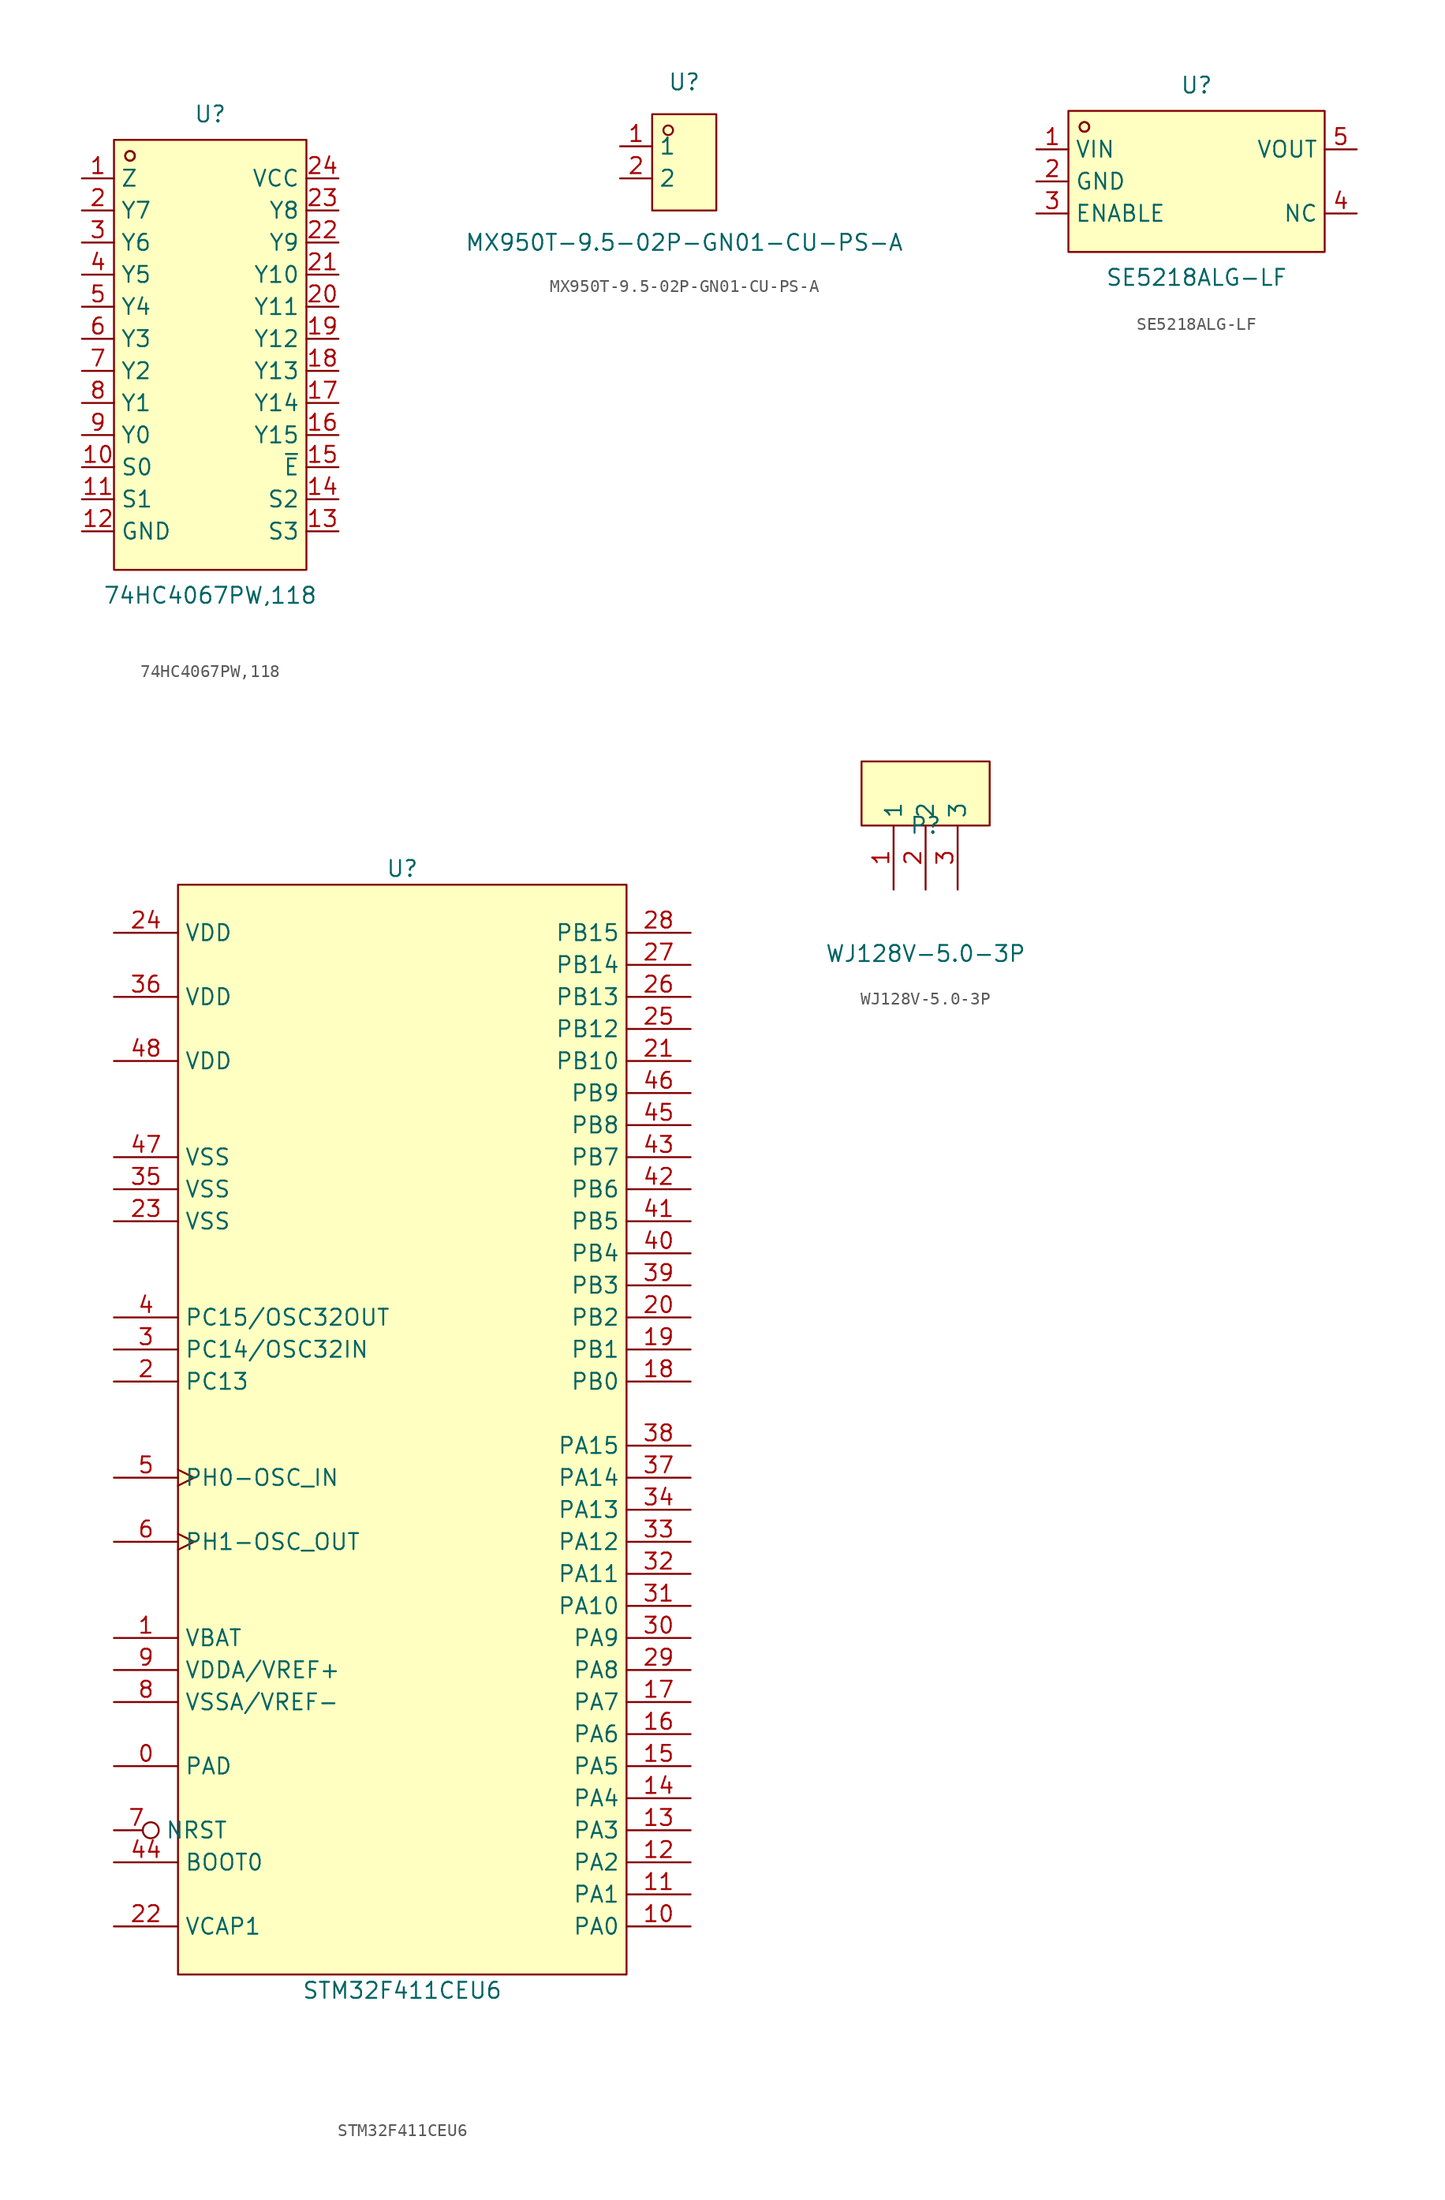
<source format=kicad_sym>
(kicad_symbol_lib
  (version 20211014)
  (generator https://github.com/uPesy/easyeda2kicad.py)
  (symbol "74HC4067PW,118"
    (property "Reference" "U"
      (at 0 19.05 0)
      (effects (font (size 1.27 1.27))))
    (property "Value" "74HC4067PW,118"
      (at 0 -19.05 0)
      (effects (font (size 1.27 1.27))))
    (symbol "74HC4067PW,118_0_1"
      (rectangle (start -7.62 17.02) (end 7.62 -17.02) (stroke (width 0) (type default) (color 0 0 0 0)) (fill (type background)))
      (circle (center -6.35 15.75) (radius 0.38) (stroke (width 0) (type default) (color 0 0 0 0)) (fill (type none)))
      (circle (center -6.35 15.75) (radius 0.38) (stroke (width 0) (type default) (color 0 0 0 0)) (fill (type none)))
      (pin unspecified line (at -10.16 13.97 0) (length 2.54) (name "Z" (effects (font (size 1.27 1.27)))) (number "1" (effects (font (size 1.27 1.27)))))
      (pin unspecified line (at -10.16 11.43 0) (length 2.54) (name "Y7" (effects (font (size 1.27 1.27)))) (number "2" (effects (font (size 1.27 1.27)))))
      (pin unspecified line (at -10.16 8.89 0) (length 2.54) (name "Y6" (effects (font (size 1.27 1.27)))) (number "3" (effects (font (size 1.27 1.27)))))
      (pin unspecified line (at -10.16 6.35 0) (length 2.54) (name "Y5" (effects (font (size 1.27 1.27)))) (number "4" (effects (font (size 1.27 1.27)))))
      (pin unspecified line (at -10.16 3.81 0) (length 2.54) (name "Y4" (effects (font (size 1.27 1.27)))) (number "5" (effects (font (size 1.27 1.27)))))
      (pin unspecified line (at -10.16 1.27 0) (length 2.54) (name "Y3" (effects (font (size 1.27 1.27)))) (number "6" (effects (font (size 1.27 1.27)))))
      (pin unspecified line (at -10.16 -1.27 0) (length 2.54) (name "Y2" (effects (font (size 1.27 1.27)))) (number "7" (effects (font (size 1.27 1.27)))))
      (pin unspecified line (at -10.16 -3.81 0) (length 2.54) (name "Y1" (effects (font (size 1.27 1.27)))) (number "8" (effects (font (size 1.27 1.27)))))
      (pin unspecified line (at -10.16 -6.35 0) (length 2.54) (name "Y0" (effects (font (size 1.27 1.27)))) (number "9" (effects (font (size 1.27 1.27)))))
      (pin unspecified line (at -10.16 -8.89 0) (length 2.54) (name "S0" (effects (font (size 1.27 1.27)))) (number "10" (effects (font (size 1.27 1.27)))))
      (pin unspecified line (at -10.16 -11.43 0) (length 2.54) (name "S1" (effects (font (size 1.27 1.27)))) (number "11" (effects (font (size 1.27 1.27)))))
      (pin unspecified line (at -10.16 -13.97 0) (length 2.54) (name "GND" (effects (font (size 1.27 1.27)))) (number "12" (effects (font (size 1.27 1.27)))))
      (pin unspecified line (at 10.16 -13.97 180) (length 2.54) (name "S3" (effects (font (size 1.27 1.27)))) (number "13" (effects (font (size 1.27 1.27)))))
      (pin unspecified line (at 10.16 -11.43 180) (length 2.54) (name "S2" (effects (font (size 1.27 1.27)))) (number "14" (effects (font (size 1.27 1.27)))))
      (pin unspecified line (at 10.16 -8.89 180) (length 2.54) (name "~{E}" (effects (font (size 1.27 1.27)))) (number "15" (effects (font (size 1.27 1.27)))))
      (pin unspecified line (at 10.16 -6.35 180) (length 2.54) (name "Y15" (effects (font (size 1.27 1.27)))) (number "16" (effects (font (size 1.27 1.27)))))
      (pin unspecified line (at 10.16 -3.81 180) (length 2.54) (name "Y14" (effects (font (size 1.27 1.27)))) (number "17" (effects (font (size 1.27 1.27)))))
      (pin unspecified line (at 10.16 -1.27 180) (length 2.54) (name "Y13" (effects (font (size 1.27 1.27)))) (number "18" (effects (font (size 1.27 1.27)))))
      (pin unspecified line (at 10.16 1.27 180) (length 2.54) (name "Y12" (effects (font (size 1.27 1.27)))) (number "19" (effects (font (size 1.27 1.27)))))
      (pin unspecified line (at 10.16 3.81 180) (length 2.54) (name "Y11" (effects (font (size 1.27 1.27)))) (number "20" (effects (font (size 1.27 1.27)))))
      (pin unspecified line (at 10.16 6.35 180) (length 2.54) (name "Y10" (effects (font (size 1.27 1.27)))) (number "21" (effects (font (size 1.27 1.27)))))
      (pin unspecified line (at 10.16 8.89 180) (length 2.54) (name "Y9" (effects (font (size 1.27 1.27)))) (number "22" (effects (font (size 1.27 1.27)))))
      (pin unspecified line (at 10.16 11.43 180) (length 2.54) (name "Y8" (effects (font (size 1.27 1.27)))) (number "23" (effects (font (size 1.27 1.27)))))
      (pin unspecified line (at 10.16 13.97 180) (length 2.54) (name "VCC" (effects (font (size 1.27 1.27)))) (number "24" (effects (font (size 1.27 1.27)))))))
  (symbol "MX950T-9.5-02P-GN01-CU-PS-A"
    (property "Reference" "U"
      (at 0 6.35 0)
      (effects (font (size 1.27 1.27))))
    (property "Value" "MX950T-9.5-02P-GN01-CU-PS-A"
      (at 0 -6.35 0)
      (effects (font (size 1.27 1.27))))
    (symbol "MX950T-9.5-02P-GN01-CU-PS-A_0_1"
      (rectangle (start -2.54 3.81) (end 2.54 -3.81) (stroke (width 0) (type default) (color 0 0 0 0)) (fill (type background)))
      (circle (center -1.27 2.54) (radius 0.38) (stroke (width 0) (type default) (color 0 0 0 0)) (fill (type none)))
      (pin unspecified line (at -5.08 1.27 0) (length 2.54) (name "1" (effects (font (size 1.27 1.27)))) (number "1" (effects (font (size 1.27 1.27)))))
      (pin unspecified line (at -5.08 -1.27 0) (length 2.54) (name "2" (effects (font (size 1.27 1.27)))) (number "2" (effects (font (size 1.27 1.27)))))))
  (symbol "SE5218ALG-LF"
    (property "Reference" "U"
      (at 0 7.62 0)
      (effects (font (size 1.27 1.27))))
    (property "Value" "SE5218ALG-LF"
      (at 0 -7.62 0)
      (effects (font (size 1.27 1.27))))
    (symbol "SE5218ALG-LF_0_1"
      (rectangle (start -10.16 5.59) (end 10.16 -5.59) (stroke (width 0) (type default) (color 0 0 0 0)) (fill (type background)))
      (circle (center -8.89 4.32) (radius 0.38) (stroke (width 0) (type default) (color 0 0 0 0)) (fill (type none)))
      (circle (center -8.89 4.32) (radius 0.38) (stroke (width 0) (type default) (color 0 0 0 0)) (fill (type none)))
      (pin unspecified line (at -12.70 2.54 0) (length 2.54) (name "VIN" (effects (font (size 1.27 1.27)))) (number "1" (effects (font (size 1.27 1.27)))))
      (pin unspecified line (at -12.70 -0.00 0) (length 2.54) (name "GND" (effects (font (size 1.27 1.27)))) (number "2" (effects (font (size 1.27 1.27)))))
      (pin unspecified line (at -12.70 -2.54 0) (length 2.54) (name "ENABLE" (effects (font (size 1.27 1.27)))) (number "3" (effects (font (size 1.27 1.27)))))
      (pin unspecified line (at 12.70 -2.54 180) (length 2.54) (name "NC" (effects (font (size 1.27 1.27)))) (number "4" (effects (font (size 1.27 1.27)))))
      (pin unspecified line (at 12.70 2.54 180) (length 2.54) (name "VOUT" (effects (font (size 1.27 1.27)))) (number "5" (effects (font (size 1.27 1.27)))))))
  (symbol "STM32F411CEU6"
    (property "Reference" "U"
      (at 0 45.72 0)
      (effects (font (size 1.27 1.27))))
    (property "Value" "STM32F411CEU6"
      (at 0 -43.18 0)
      (effects (font (size 1.27 1.27))))
    (symbol "STM32F411CEU6_0_1"
      (rectangle (start -17.78 44.45) (end 17.78 -41.91) (stroke (width 0) (type default) (color 0 0 0 0)) (fill (type background)))
      (pin unspecified line (at 22.86 -38.10 180) (length 5.08) (name "PA0" (effects (font (size 1.27 1.27)))) (number "10" (effects (font (size 1.27 1.27)))))
      (pin unspecified line (at 22.86 -35.56 180) (length 5.08) (name "PA1" (effects (font (size 1.27 1.27)))) (number "11" (effects (font (size 1.27 1.27)))))
      (pin unspecified line (at 22.86 -33.02 180) (length 5.08) (name "PA2" (effects (font (size 1.27 1.27)))) (number "12" (effects (font (size 1.27 1.27)))))
      (pin unspecified line (at 22.86 -30.48 180) (length 5.08) (name "PA3" (effects (font (size 1.27 1.27)))) (number "13" (effects (font (size 1.27 1.27)))))
      (pin unspecified line (at 22.86 -27.94 180) (length 5.08) (name "PA4" (effects (font (size 1.27 1.27)))) (number "14" (effects (font (size 1.27 1.27)))))
      (pin unspecified line (at 22.86 -25.40 180) (length 5.08) (name "PA5" (effects (font (size 1.27 1.27)))) (number "15" (effects (font (size 1.27 1.27)))))
      (pin unspecified line (at 22.86 -22.86 180) (length 5.08) (name "PA6" (effects (font (size 1.27 1.27)))) (number "16" (effects (font (size 1.27 1.27)))))
      (pin unspecified line (at 22.86 -20.32 180) (length 5.08) (name "PA7" (effects (font (size 1.27 1.27)))) (number "17" (effects (font (size 1.27 1.27)))))
      (pin unspecified line (at 22.86 -15.24 180) (length 5.08) (name "PA9" (effects (font (size 1.27 1.27)))) (number "30" (effects (font (size 1.27 1.27)))))
      (pin unspecified line (at 22.86 -12.70 180) (length 5.08) (name "PA10" (effects (font (size 1.27 1.27)))) (number "31" (effects (font (size 1.27 1.27)))))
      (pin unspecified line (at 22.86 -5.08 180) (length 5.08) (name "PA13" (effects (font (size 1.27 1.27)))) (number "34" (effects (font (size 1.27 1.27)))))
      (pin unspecified line (at 22.86 -2.54 180) (length 5.08) (name "PA14" (effects (font (size 1.27 1.27)))) (number "37" (effects (font (size 1.27 1.27)))))
      (pin unspecified line (at 22.86 5.08 180) (length 5.08) (name "PB0" (effects (font (size 1.27 1.27)))) (number "18" (effects (font (size 1.27 1.27)))))
      (pin power_in line (at -22.86 -17.78 0) (length 5.08) (name "VDDA/VREF+" (effects (font (size 1.27 1.27)))) (number "9" (effects (font (size 1.27 1.27)))))
      (pin input line (at -22.86 -33.02 0) (length 5.08) (name "BOOT0" (effects (font (size 1.27 1.27)))) (number "44" (effects (font (size 1.27 1.27)))))
      (pin unspecified inverted (at -22.86 -30.48 0) (length 3.556) (name "NRST" (effects (font (size 1.27 1.27)))) (number "7" (effects (font (size 1.27 1.27)))))
      (pin unspecified clock (at -22.86 -2.54 0) (length 5.08) (name "PH0-OSC_IN" (effects (font (size 1.27 1.27)))) (number "5" (effects (font (size 1.27 1.27)))))
      (pin unspecified clock (at -22.86 -7.62 0) (length 5.08) (name "PH1-OSC_OUT" (effects (font (size 1.27 1.27)))) (number "6" (effects (font (size 1.27 1.27)))))
      (pin unspecified line (at 22.86 -17.78 180) (length 5.08) (name "PA8" (effects (font (size 1.27 1.27)))) (number "29" (effects (font (size 1.27 1.27)))))
      (pin unspecified line (at 22.86 -0.00 180) (length 5.08) (name "PA15" (effects (font (size 1.27 1.27)))) (number "38" (effects (font (size 1.27 1.27)))))
      (pin unspecified line (at 22.86 7.62 180) (length 5.08) (name "PB1" (effects (font (size 1.27 1.27)))) (number "19" (effects (font (size 1.27 1.27)))))
      (pin unspecified line (at 22.86 10.16 180) (length 5.08) (name "PB2" (effects (font (size 1.27 1.27)))) (number "20" (effects (font (size 1.27 1.27)))))
      (pin unspecified line (at 22.86 12.70 180) (length 5.08) (name "PB3" (effects (font (size 1.27 1.27)))) (number "39" (effects (font (size 1.27 1.27)))))
      (pin unspecified line (at 22.86 15.24 180) (length 5.08) (name "PB4" (effects (font (size 1.27 1.27)))) (number "40" (effects (font (size 1.27 1.27)))))
      (pin unspecified line (at 22.86 17.78 180) (length 5.08) (name "PB5" (effects (font (size 1.27 1.27)))) (number "41" (effects (font (size 1.27 1.27)))))
      (pin unspecified line (at 22.86 20.32 180) (length 5.08) (name "PB6" (effects (font (size 1.27 1.27)))) (number "42" (effects (font (size 1.27 1.27)))))
      (pin unspecified line (at 22.86 22.86 180) (length 5.08) (name "PB7" (effects (font (size 1.27 1.27)))) (number "43" (effects (font (size 1.27 1.27)))))
      (pin unspecified line (at 22.86 -10.16 180) (length 5.08) (name "PA11" (effects (font (size 1.27 1.27)))) (number "32" (effects (font (size 1.27 1.27)))))
      (pin unspecified line (at 22.86 -7.62 180) (length 5.08) (name "PA12" (effects (font (size 1.27 1.27)))) (number "33" (effects (font (size 1.27 1.27)))))
      (pin unspecified line (at 22.86 25.40 180) (length 5.08) (name "PB8" (effects (font (size 1.27 1.27)))) (number "45" (effects (font (size 1.27 1.27)))))
      (pin unspecified line (at 22.86 27.94 180) (length 5.08) (name "PB9" (effects (font (size 1.27 1.27)))) (number "46" (effects (font (size 1.27 1.27)))))
      (pin unspecified line (at 22.86 30.48 180) (length 5.08) (name "PB10" (effects (font (size 1.27 1.27)))) (number "21" (effects (font (size 1.27 1.27)))))
      (pin unspecified line (at 22.86 33.02 180) (length 5.08) (name "PB12" (effects (font (size 1.27 1.27)))) (number "25" (effects (font (size 1.27 1.27)))))
      (pin unspecified line (at 22.86 35.56 180) (length 5.08) (name "PB13" (effects (font (size 1.27 1.27)))) (number "26" (effects (font (size 1.27 1.27)))))
      (pin unspecified line (at 22.86 38.10 180) (length 5.08) (name "PB14" (effects (font (size 1.27 1.27)))) (number "27" (effects (font (size 1.27 1.27)))))
      (pin unspecified line (at 22.86 40.64 180) (length 5.08) (name "PB15" (effects (font (size 1.27 1.27)))) (number "28" (effects (font (size 1.27 1.27)))))
      (pin unspecified line (at -22.86 5.08 0) (length 5.08) (name "PC13" (effects (font (size 1.27 1.27)))) (number "2" (effects (font (size 1.27 1.27)))))
      (pin unspecified line (at -22.86 7.62 0) (length 5.08) (name "PC14/OSC32IN" (effects (font (size 1.27 1.27)))) (number "3" (effects (font (size 1.27 1.27)))))
      (pin unspecified line (at -22.86 10.16 0) (length 5.08) (name "PC15/OSC32OUT" (effects (font (size 1.27 1.27)))) (number "4" (effects (font (size 1.27 1.27)))))
      (pin power_in line (at -22.86 -20.32 0) (length 5.08) (name "VSSA/VREF-" (effects (font (size 1.27 1.27)))) (number "8" (effects (font (size 1.27 1.27)))))
      (pin power_in line (at -22.86 -15.24 0) (length 5.08) (name "VBAT" (effects (font (size 1.27 1.27)))) (number "1" (effects (font (size 1.27 1.27)))))
      (pin power_in line (at -22.86 -38.10 0) (length 5.08) (name "VCAP1" (effects (font (size 1.27 1.27)))) (number "22" (effects (font (size 1.27 1.27)))))
      (pin unspecified line (at -22.86 22.86 0) (length 5.08) (name "VSS" (effects (font (size 1.27 1.27)))) (number "47" (effects (font (size 1.27 1.27)))))
      (pin unspecified line (at -22.86 20.32 0) (length 5.08) (name "VSS" (effects (font (size 1.27 1.27)))) (number "35" (effects (font (size 1.27 1.27)))))
      (pin unspecified line (at -22.86 17.78 0) (length 5.08) (name "VSS" (effects (font (size 1.27 1.27)))) (number "23" (effects (font (size 1.27 1.27)))))
      (pin power_in line (at -22.86 -25.40 0) (length 5.08) (name "PAD" (effects (font (size 1.27 1.27)))) (number "0" (effects (font (size 1.27 1.27)))))
      (pin unspecified line (at -22.86 40.64 0) (length 5.08) (name "VDD" (effects (font (size 1.27 1.27)))) (number "24" (effects (font (size 1.27 1.27)))))
      (pin unspecified line (at -22.86 35.56 0) (length 5.08) (name "VDD" (effects (font (size 1.27 1.27)))) (number "36" (effects (font (size 1.27 1.27)))))
      (pin unspecified line (at -22.86 30.48 0) (length 5.08) (name "VDD" (effects (font (size 1.27 1.27)))) (number "48" (effects (font (size 1.27 1.27)))))))
  (symbol "WJ128V-5.0-3P"
    (property "Reference" "P"
      (at 0 0.00 0)
      (effects (font (size 1.27 1.27))))
    (property "Value" "WJ128V-5.0-3P"
      (at 0 -10.16 0)
      (effects (font (size 1.27 1.27))))
    (symbol "WJ128V-5.0-3P_0_1"
      (rectangle (start -5.08 5.08) (end 5.08 0.00) (stroke (width 0) (type default) (color 0 0 0 0)) (fill (type background)))
      (pin unspecified line (at -2.54 -5.08 90) (length 5.08) (name "1" (effects (font (size 1.27 1.27)))) (number "1" (effects (font (size 1.27 1.27)))))
      (pin unspecified line (at 0.00 -5.08 90) (length 5.08) (name "2" (effects (font (size 1.27 1.27)))) (number "2" (effects (font (size 1.27 1.27)))))
      (pin unspecified line (at 2.54 -5.08 90) (length 5.08) (name "3" (effects (font (size 1.27 1.27)))) (number "3" (effects (font (size 1.27 1.27))))))))
</source>
